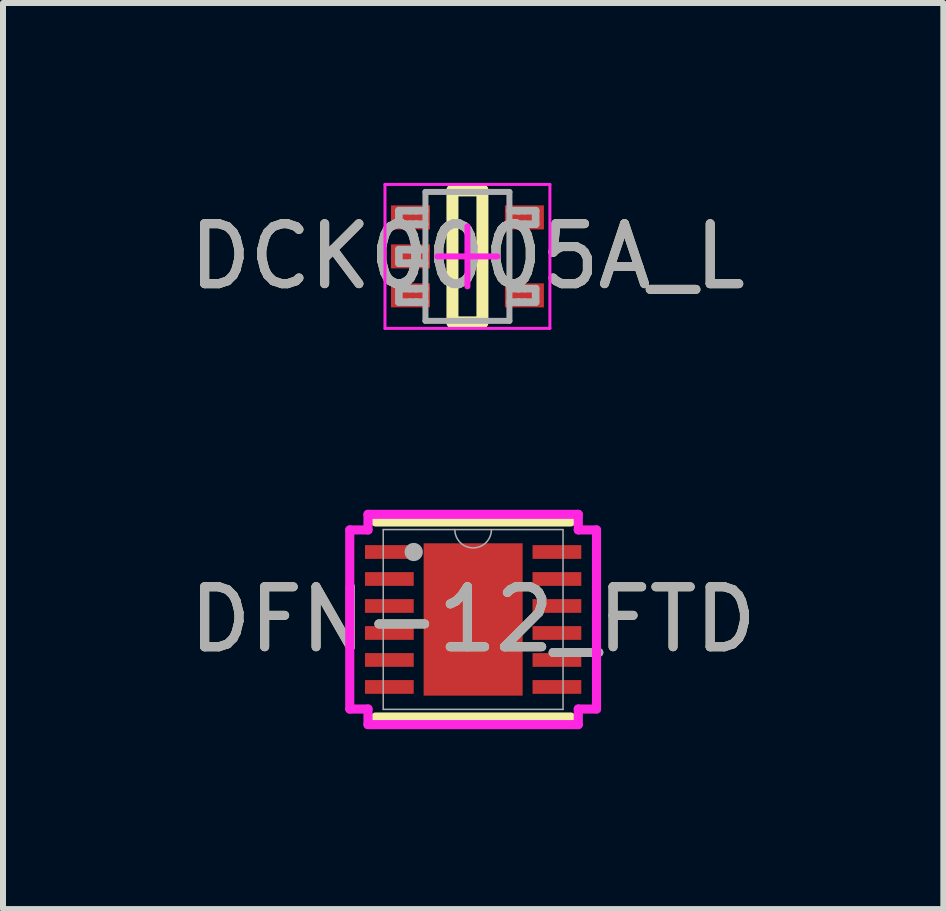
<source format=kicad_pcb>
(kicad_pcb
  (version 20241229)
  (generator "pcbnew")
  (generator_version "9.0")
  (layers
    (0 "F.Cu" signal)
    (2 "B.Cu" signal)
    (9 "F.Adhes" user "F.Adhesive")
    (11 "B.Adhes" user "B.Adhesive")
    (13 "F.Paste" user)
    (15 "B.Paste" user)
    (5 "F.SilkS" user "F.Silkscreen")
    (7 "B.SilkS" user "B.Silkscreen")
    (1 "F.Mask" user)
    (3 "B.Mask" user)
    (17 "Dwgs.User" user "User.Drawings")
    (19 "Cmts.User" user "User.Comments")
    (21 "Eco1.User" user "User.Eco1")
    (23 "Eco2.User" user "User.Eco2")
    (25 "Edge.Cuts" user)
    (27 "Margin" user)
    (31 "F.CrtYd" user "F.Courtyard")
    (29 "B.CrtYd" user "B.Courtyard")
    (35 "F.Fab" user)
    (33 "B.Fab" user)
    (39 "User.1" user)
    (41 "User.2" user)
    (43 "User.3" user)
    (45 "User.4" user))
  (footprint "DCK0005A_L"
    (layer "F.Cu")
    (at 4.744 1.225)
    (property "Reference" "DCK0005A_L" (at 0 0 0) (unlocked yes) (layer "F.SilkS") (effects (font (size 1 1) (thickness 0.15))))
    (attr smd)
    (fp_line (start -0.25 -1.1) (end 0.25 -1.1) (stroke (width 0.2) (type solid)) (layer "F.SilkS"))
    (fp_line (start -0.25 1.1) (end -0.25 -1.1) (stroke (width 0.2) (type solid)) (layer "F.SilkS"))
    (fp_line (start -0.25 1.1) (end 0.25 1.1) (stroke (width 0.2) (type solid)) (layer "F.SilkS"))
    (fp_line (start 0.25 1.1) (end 0.25 -1.1) (stroke (width 0.2) (type solid)) (layer "F.SilkS"))
    (fp_line (start -1.375 -1.2) (end 1.375 -1.2) (stroke (width 0.05) (type solid)) (layer "F.CrtYd"))
    (fp_line (start -1.375 1.2) (end -1.375 -1.2) (stroke (width 0.05) (type solid)) (layer "F.CrtYd"))
    (fp_line (start -1.375 1.2) (end 1.375 1.2) (stroke (width 0.05) (type solid)) (layer "F.CrtYd"))
    (fp_line (start -0.5 0) (end 0.5 0) (stroke (width 0.1) (type solid)) (layer "F.CrtYd"))
    (fp_line (start 0.000003 0.5) (end 0.000003 -0.5) (stroke (width 0.1) (type solid)) (layer "F.CrtYd"))
    (fp_line (start 1.375 1.2) (end 1.375 -1.2) (stroke (width 0.05) (type solid)) (layer "F.CrtYd"))
    (fp_line (start -1.143 -0.762) (end -0.959 -0.762) (stroke (width 0.127) (type solid)) (layer "F.Fab"))
    (fp_line (start -1.143 -0.537) (end -1.143 -0.762) (stroke (width 0.127) (type solid)) (layer "F.Fab"))
    (fp_line (start -1.143 -0.537) (end -0.959 -0.537) (stroke (width 0.127) (type solid)) (layer "F.Fab"))
    (fp_line (start -1.143 -0.112) (end -0.959 -0.112) (stroke (width 0.127) (type solid)) (layer "F.Fab"))
    (fp_line (start -1.143 0.113) (end -1.143 -0.112) (stroke (width 0.127) (type solid)) (layer "F.Fab"))
    (fp_line (start -1.143 0.113) (end -0.959 0.113) (stroke (width 0.127) (type solid)) (layer "F.Fab"))
    (fp_line (start -1.143 0.538) (end -0.959 0.538) (stroke (width 0.127) (type solid)) (layer "F.Fab"))
    (fp_line (start -1.143 0.763) (end -1.143 0.538) (stroke (width 0.127) (type solid)) (layer "F.Fab"))
    (fp_line (start -1.143 0.763) (end -0.959 0.763) (stroke (width 0.127) (type solid)) (layer "F.Fab"))
    (fp_line (start -0.959 -0.762) (end -0.711 -0.762) (stroke (width 0.127) (type solid)) (layer "F.Fab"))
    (fp_line (start -0.959 -0.537) (end -0.865 -0.537) (stroke (width 0.127) (type solid)) (layer "F.Fab"))
    (fp_line (start -0.959 -0.112) (end -0.865 -0.112) (stroke (width 0.127) (type solid)) (layer "F.Fab"))
    (fp_line (start -0.959 0.113) (end -0.865 0.113) (stroke (width 0.127) (type solid)) (layer "F.Fab"))
    (fp_line (start -0.959 0.538) (end -0.865 0.538) (stroke (width 0.127) (type solid)) (layer "F.Fab"))
    (fp_line (start -0.959 0.763) (end -0.865 0.763) (stroke (width 0.127) (type solid)) (layer "F.Fab"))
    (fp_line (start -0.865 -0.762) (end -0.853 -0.762) (stroke (width 0.127) (type solid)) (layer "F.Fab"))
    (fp_line (start -0.865 -0.537) (end -0.853 -0.537) (stroke (width 0.127) (type solid)) (layer "F.Fab"))
    (fp_line (start -0.865 -0.112) (end -0.853 -0.112) (stroke (width 0.127) (type solid)) (layer "F.Fab"))
    (fp_line (start -0.865 0.113) (end -0.853 0.113) (stroke (width 0.127) (type solid)) (layer "F.Fab"))
    (fp_line (start -0.865 0.538) (end -0.853 0.538) (stroke (width 0.127) (type solid)) (layer "F.Fab"))
    (fp_line (start -0.865 0.763) (end -0.853 0.763) (stroke (width 0.127) (type solid)) (layer "F.Fab"))
    (fp_line (start -0.853 -0.537) (end -0.711 -0.537) (stroke (width 0.127) (type solid)) (layer "F.Fab"))
    (fp_line (start -0.853 -0.112) (end -0.711 -0.112) (stroke (width 0.127) (type solid)) (layer "F.Fab"))
    (fp_line (start -0.853 0.113) (end -0.711 0.113) (stroke (width 0.127) (type solid)) (layer "F.Fab"))
    (fp_line (start -0.853 0.538) (end -0.711 0.538) (stroke (width 0.127) (type solid)) (layer "F.Fab"))
    (fp_line (start -0.853 0.763) (end -0.711 0.763) (stroke (width 0.127) (type solid)) (layer "F.Fab"))
    (fp_line (start -0.7 -1.075) (end 0.7 -1.075) (stroke (width 0.1) (type solid)) (layer "F.Fab"))
    (fp_line (start -0.7 1.075) (end -0.7 -1.075) (stroke (width 0.1) (type solid)) (layer "F.Fab"))
    (fp_line (start -0.7 1.075) (end 0.7 1.075) (stroke (width 0.1) (type solid)) (layer "F.Fab"))
    (fp_line (start 0.7 1.075) (end 0.7 -1.075) (stroke (width 0.1) (type solid)) (layer "F.Fab"))
    (fp_line (start 0.711 -0.762) (end 0.847 -0.762) (stroke (width 0.127) (type solid)) (layer "F.Fab"))
    (fp_line (start 0.711 -0.537) (end 0.847 -0.537) (stroke (width 0.127) (type solid)) (layer "F.Fab"))
    (fp_line (start 0.711 0.538) (end 0.847 0.538) (stroke (width 0.127) (type solid)) (layer "F.Fab"))
    (fp_line (start 0.711 0.763) (end 0.847 0.763) (stroke (width 0.127) (type solid)) (layer "F.Fab"))
    (fp_line (start 0.847 -0.762) (end 0.859 -0.762) (stroke (width 0.127) (type solid)) (layer "F.Fab"))
    (fp_line (start 0.847 -0.537) (end 0.859 -0.537) (stroke (width 0.127) (type solid)) (layer "F.Fab"))
    (fp_line (start 0.847 0.538) (end 0.859 0.538) (stroke (width 0.127) (type solid)) (layer "F.Fab"))
    (fp_line (start 0.847 0.763) (end 0.859 0.763) (stroke (width 0.127) (type solid)) (layer "F.Fab"))
    (fp_line (start 0.859 -0.762) (end 0.953 -0.762) (stroke (width 0.127) (type solid)) (layer "F.Fab"))
    (fp_line (start 0.859 -0.537) (end 0.953 -0.537) (stroke (width 0.127) (type solid)) (layer "F.Fab"))
    (fp_line (start 0.859 0.538) (end 0.953 0.538) (stroke (width 0.127) (type solid)) (layer "F.Fab"))
    (fp_line (start 0.859 0.763) (end 0.953 0.763) (stroke (width 0.127) (type solid)) (layer "F.Fab"))
    (fp_line (start 0.953 -0.762) (end 1.137 -0.762) (stroke (width 0.127) (type solid)) (layer "F.Fab"))
    (fp_line (start 0.953 -0.537) (end 1.137 -0.537) (stroke (width 0.127) (type solid)) (layer "F.Fab"))
    (fp_line (start 0.953 0.538) (end 1.137 0.538) (stroke (width 0.127) (type solid)) (layer "F.Fab"))
    (fp_line (start 0.953 0.763) (end 1.137 0.763) (stroke (width 0.127) (type solid)) (layer "F.Fab"))
    (fp_line (start 1.137 -0.537) (end 1.137 -0.762) (stroke (width 0.127) (type solid)) (layer "F.Fab"))
    (fp_line (start 1.137 0.763) (end 1.137 0.538) (stroke (width 0.127) (type solid)) (layer "F.Fab"))
    (fp_text user "${REFERENCE}" (at 0 0 0) (unlocked yes) (layer "F.Fab") (effects (font (size 1 1) (thickness 0.15))))
    (pad "1" smd rect (at -0.95 -0.65 90) (size 0.4 0.65) (layers "F.Cu" "F.Mask" "F.Paste"))
    (pad "2" smd rect (at -0.95 0 90) (size 0.4 0.65) (layers "F.Cu" "F.Mask" "F.Paste"))
    (pad "3" smd rect (at -0.95 0.65 90) (size 0.4 0.65) (layers "F.Cu" "F.Mask" "F.Paste"))
    (pad "4" smd rect (at 0.95 0.65 90) (size 0.4 0.65) (layers "F.Cu" "F.Mask" "F.Paste"))
    (pad "5" smd rect (at 0.95 -0.65 90) (size 0.4 0.65) (layers "F.Cu" "F.Mask" "F.Paste")))
  (footprint "DFN-12_FTD"
    (layer "F.Cu")
    (at 4.839 7.279)
    (property "Reference" "DFN-12_FTD" (at 0 0 0) (unlocked yes) (layer "F.SilkS") (effects (font (size 1 1) (thickness 0.15))))
    (attr smd)
    (fp_line (start -1.626 1.626) (end 1.626 1.626) (stroke (width 0.152) (type solid)) (layer "F.SilkS"))
    (fp_line (start 1.626 -1.626) (end -1.626 -1.626) (stroke (width 0.152) (type solid)) (layer "F.SilkS"))
    (fp_poly (pts (xy -0.726 -1.17) (xy -0.726 -0.1) (xy 0.726 -0.1) (xy 0.726 -1.17)) (stroke (width 0) (type solid)) (fill yes) (layer "F.Paste"))
    (fp_poly (pts (xy -0.726 0.1) (xy -0.726 1.17) (xy 0.726 1.17) (xy 0.726 0.1)) (stroke (width 0) (type solid)) (fill yes) (layer "F.Paste"))
    (fp_line (start -2.057 -1.493) (end -1.753 -1.493) (stroke (width 0.152) (type solid)) (layer "F.CrtYd"))
    (fp_line (start -2.057 1.493) (end -2.057 -1.493) (stroke (width 0.152) (type solid)) (layer "F.CrtYd"))
    (fp_line (start -2.057 1.493) (end -1.753 1.493) (stroke (width 0.152) (type solid)) (layer "F.CrtYd"))
    (fp_line (start -1.753 -1.753) (end 1.753 -1.753) (stroke (width 0.152) (type solid)) (layer "F.CrtYd"))
    (fp_line (start -1.753 -1.493) (end -1.753 -1.753) (stroke (width 0.152) (type solid)) (layer "F.CrtYd"))
    (fp_line (start -1.753 1.753) (end -1.753 1.493) (stroke (width 0.152) (type solid)) (layer "F.CrtYd"))
    (fp_line (start 1.753 -1.753) (end 1.753 -1.493) (stroke (width 0.152) (type solid)) (layer "F.CrtYd"))
    (fp_line (start 1.753 1.493) (end 1.753 1.753) (stroke (width 0.152) (type solid)) (layer "F.CrtYd"))
    (fp_line (start 1.753 1.753) (end -1.753 1.753) (stroke (width 0.152) (type solid)) (layer "F.CrtYd"))
    (fp_line (start 2.057 -1.493) (end 1.753 -1.493) (stroke (width 0.152) (type solid)) (layer "F.CrtYd"))
    (fp_line (start 2.057 -1.493) (end 2.057 1.493) (stroke (width 0.152) (type solid)) (layer "F.CrtYd"))
    (fp_line (start 2.057 1.493) (end 1.753 1.493) (stroke (width 0.152) (type solid)) (layer "F.CrtYd"))
    (fp_line (start -1.499 -1.499) (end -1.499 1.499) (stroke (width 0.025) (type solid)) (layer "F.Fab"))
    (fp_line (start -1.499 1.499) (end 1.499 1.499) (stroke (width 0.025) (type solid)) (layer "F.Fab"))
    (fp_line (start 1.499 -1.499) (end -1.499 -1.499) (stroke (width 0.025) (type solid)) (layer "F.Fab"))
    (fp_line (start 1.499 1.499) (end 1.499 -1.499) (stroke (width 0.025) (type solid)) (layer "F.Fab"))
    (fp_arc (start 0.3048 -1.4986) (mid 0 -1.1938) (end -0.3048 -1.4986) (stroke (width 0.0254) (type solid)) (layer "F.Fab"))
    (fp_circle (center -0.991 -1.125) (end -0.991 -1.125) (stroke (width 0.152) (type solid)) (fill no) (layer "F.Fab"))
    (fp_text user "${REFERENCE}" (at 0 0 0) (unlocked yes) (layer "F.Fab") (effects (font (size 1 1) (thickness 0.15))))
    (pad "1" smd rect (at -1.397 -1.125) (size 0.813 0.229) (layers "F.Cu" "F.Mask" "F.Paste"))
    (pad "2" smd rect (at -1.397 -0.675) (size 0.813 0.229) (layers "F.Cu" "F.Mask" "F.Paste"))
    (pad "3" smd rect (at -1.397 -0.225) (size 0.813 0.229) (layers "F.Cu" "F.Mask" "F.Paste"))
    (pad "4" smd rect (at -1.397 0.225) (size 0.813 0.229) (layers "F.Cu" "F.Mask" "F.Paste"))
    (pad "5" smd rect (at -1.397 0.675) (size 0.813 0.229) (layers "F.Cu" "F.Mask" "F.Paste"))
    (pad "6" smd rect (at -1.397 1.125) (size 0.813 0.229) (layers "F.Cu" "F.Mask" "F.Paste"))
    (pad "7" smd rect (at 1.397 1.125) (size 0.813 0.229) (layers "F.Cu" "F.Mask" "F.Paste"))
    (pad "8" smd rect (at 1.397 0.675) (size 0.813 0.229) (layers "F.Cu" "F.Mask" "F.Paste"))
    (pad "9" smd rect (at 1.397 0.225) (size 0.813 0.229) (layers "F.Cu" "F.Mask" "F.Paste"))
    (pad "10" smd rect (at 1.397 -0.225) (size 0.813 0.229) (layers "F.Cu" "F.Mask" "F.Paste"))
    (pad "11" smd rect (at 1.397 -0.675) (size 0.813 0.229) (layers "F.Cu" "F.Mask" "F.Paste"))
    (pad "12" smd rect (at 1.397 -1.125) (size 0.813 0.229) (layers "F.Cu" "F.Mask" "F.Paste"))
    (pad "13" smd rect (at 0 0) (size 1.651 2.54) (layers "F.Cu" "F.Mask")))
  (gr_rect
    (start -3 -3)
    (end 12.679 12.108)
    (stroke (width 0.1) (type default))
    (fill no)
    (layer "Edge.Cuts")))
</source>
